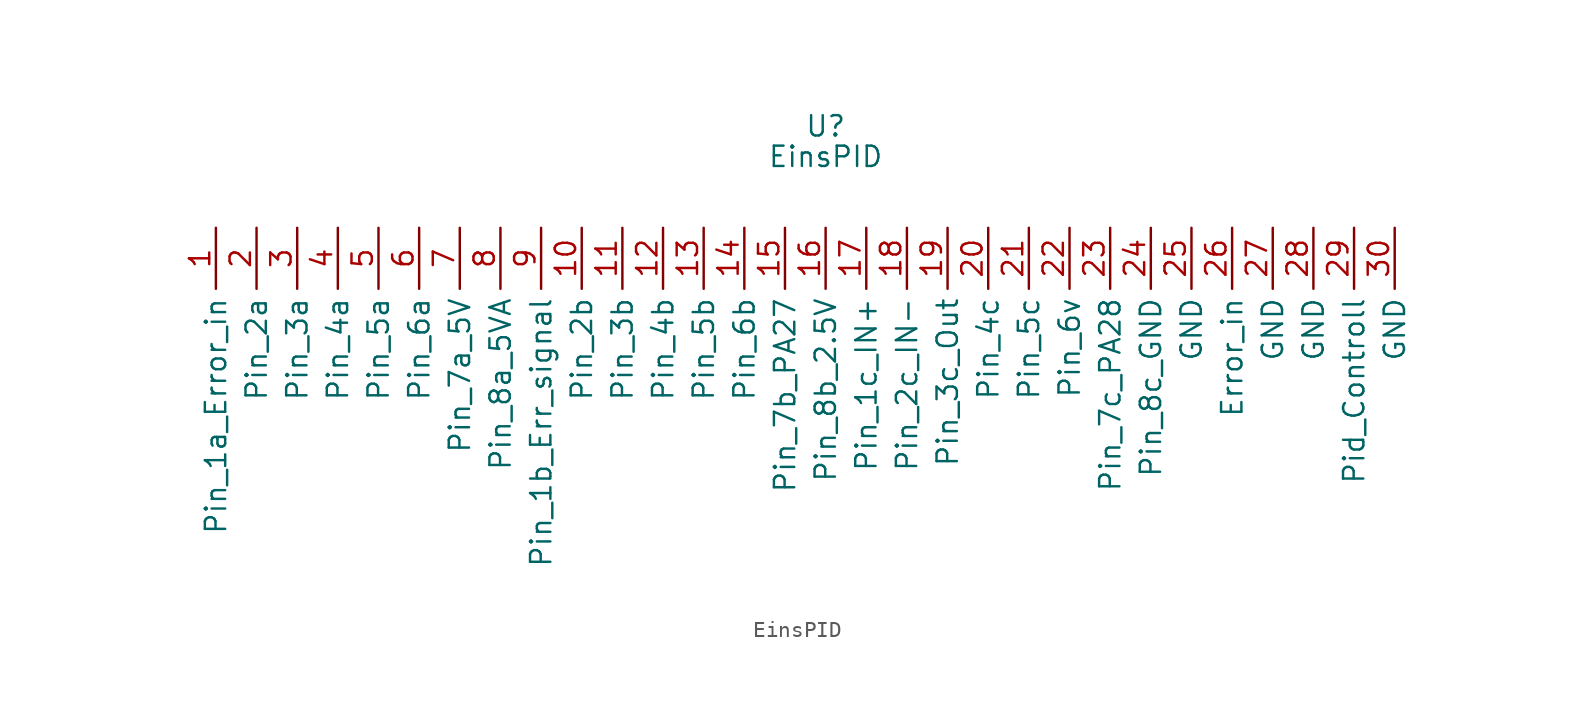
<source format=kicad_sym>
(kicad_symbol_lib
  (version 20211014)
  (generator kicad_symbol_editor)
  (symbol "EinsPID"
    (property "Reference" "U"
      (at 0 3.81 0)
      (effects (font (size 1.27 1.27))))
    (property "Value" "EinsPID"
      (at 0 1.905 0)
      (effects (font (size 1.27 1.27))))
    (symbol "EinsPID_1_1"
      (pin passive line (at -38.1 -2.54 270) (length 3.81) (name "Pin_1a_Error_in" (effects (font (size 1.27 1.27)))) (number "1" (effects (font (size 1.27 1.27)))))
      (pin passive line (at -15.24 -2.54 270) (length 3.81) (name "Pin_2b" (effects (font (size 1.27 1.27)))) (number "10" (effects (font (size 1.27 1.27)))))
      (pin passive line (at -12.7 -2.54 270) (length 3.81) (name "Pin_3b" (effects (font (size 1.27 1.27)))) (number "11" (effects (font (size 1.27 1.27)))))
      (pin passive line (at -10.16 -2.54 270) (length 3.81) (name "Pin_4b" (effects (font (size 1.27 1.27)))) (number "12" (effects (font (size 1.27 1.27)))))
      (pin passive line (at -7.62 -2.54 270) (length 3.81) (name "Pin_5b" (effects (font (size 1.27 1.27)))) (number "13" (effects (font (size 1.27 1.27)))))
      (pin passive line (at -5.08 -2.54 270) (length 3.81) (name "Pin_6b" (effects (font (size 1.27 1.27)))) (number "14" (effects (font (size 1.27 1.27)))))
      (pin passive line (at -2.54 -2.54 270) (length 3.81) (name "Pin_7b_PA27" (effects (font (size 1.27 1.27)))) (number "15" (effects (font (size 1.27 1.27)))))
      (pin passive line (at 0 -2.54 270) (length 3.81) (name "Pin_8b_2.5V" (effects (font (size 1.27 1.27)))) (number "16" (effects (font (size 1.27 1.27)))))
      (pin passive line (at 2.54 -2.54 270) (length 3.81) (name "Pin_1c_IN+" (effects (font (size 1.27 1.27)))) (number "17" (effects (font (size 1.27 1.27)))))
      (pin passive line (at 5.08 -2.54 270) (length 3.81) (name "Pin_2c_IN-" (effects (font (size 1.27 1.27)))) (number "18" (effects (font (size 1.27 1.27)))))
      (pin passive line (at 7.62 -2.54 270) (length 3.81) (name "Pin_3c_Out" (effects (font (size 1.27 1.27)))) (number "19" (effects (font (size 1.27 1.27)))))
      (pin passive line (at -35.56 -2.54 270) (length 3.81) (name "Pin_2a" (effects (font (size 1.27 1.27)))) (number "2" (effects (font (size 1.27 1.27)))))
      (pin passive line (at 10.16 -2.54 270) (length 3.81) (name "Pin_4c" (effects (font (size 1.27 1.27)))) (number "20" (effects (font (size 1.27 1.27)))))
      (pin passive line (at 12.7 -2.54 270) (length 3.81) (name "Pin_5c" (effects (font (size 1.27 1.27)))) (number "21" (effects (font (size 1.27 1.27)))))
      (pin passive line (at 15.24 -2.54 270) (length 3.81) (name "Pin_6v" (effects (font (size 1.27 1.27)))) (number "22" (effects (font (size 1.27 1.27)))))
      (pin passive line (at 17.78 -2.54 270) (length 3.81) (name "Pin_7c_PA28" (effects (font (size 1.27 1.27)))) (number "23" (effects (font (size 1.27 1.27)))))
      (pin passive line (at 20.32 -2.54 270) (length 3.81) (name "Pin_8c_GND" (effects (font (size 1.27 1.27)))) (number "24" (effects (font (size 1.27 1.27)))))
      (pin passive line (at 22.86 -2.54 270) (length 3.81) (name "GND" (effects (font (size 1.27 1.27)))) (number "25" (effects (font (size 1.27 1.27)))))
      (pin passive line (at 25.4 -2.54 270) (length 3.81) (name "Error_in" (effects (font (size 1.27 1.27)))) (number "26" (effects (font (size 1.27 1.27)))))
      (pin passive line (at 27.94 -2.54 270) (length 3.81) (name "GND" (effects (font (size 1.27 1.27)))) (number "27" (effects (font (size 1.27 1.27)))))
      (pin passive line (at 30.48 -2.54 270) (length 3.81) (name "GND" (effects (font (size 1.27 1.27)))) (number "28" (effects (font (size 1.27 1.27)))))
      (pin passive line (at 33.02 -2.54 270) (length 3.81) (name "Pid_Controll" (effects (font (size 1.27 1.27)))) (number "29" (effects (font (size 1.27 1.27)))))
      (pin passive line (at -33.02 -2.54 270) (length 3.81) (name "Pin_3a" (effects (font (size 1.27 1.27)))) (number "3" (effects (font (size 1.27 1.27)))))
      (pin passive line (at 35.56 -2.54 270) (length 3.81) (name "GND" (effects (font (size 1.27 1.27)))) (number "30" (effects (font (size 1.27 1.27)))))
      (pin passive line (at -30.48 -2.54 270) (length 3.81) (name "Pin_4a" (effects (font (size 1.27 1.27)))) (number "4" (effects (font (size 1.27 1.27)))))
      (pin passive line (at -27.94 -2.54 270) (length 3.81) (name "Pin_5a" (effects (font (size 1.27 1.27)))) (number "5" (effects (font (size 1.27 1.27)))))
      (pin passive line (at -25.4 -2.54 270) (length 3.81) (name "Pin_6a" (effects (font (size 1.27 1.27)))) (number "6" (effects (font (size 1.27 1.27)))))
      (pin passive line (at -22.86 -2.54 270) (length 3.81) (name "Pin_7a_5V" (effects (font (size 1.27 1.27)))) (number "7" (effects (font (size 1.27 1.27)))))
      (pin passive line (at -20.32 -2.54 270) (length 3.81) (name "Pin_8a_5VA" (effects (font (size 1.27 1.27)))) (number "8" (effects (font (size 1.27 1.27)))))
      (pin passive line (at -17.78 -2.54 270) (length 3.81) (name "Pin_1b_Err_signal" (effects (font (size 1.27 1.27)))) (number "9" (effects (font (size 1.27 1.27))))))))
</source>
